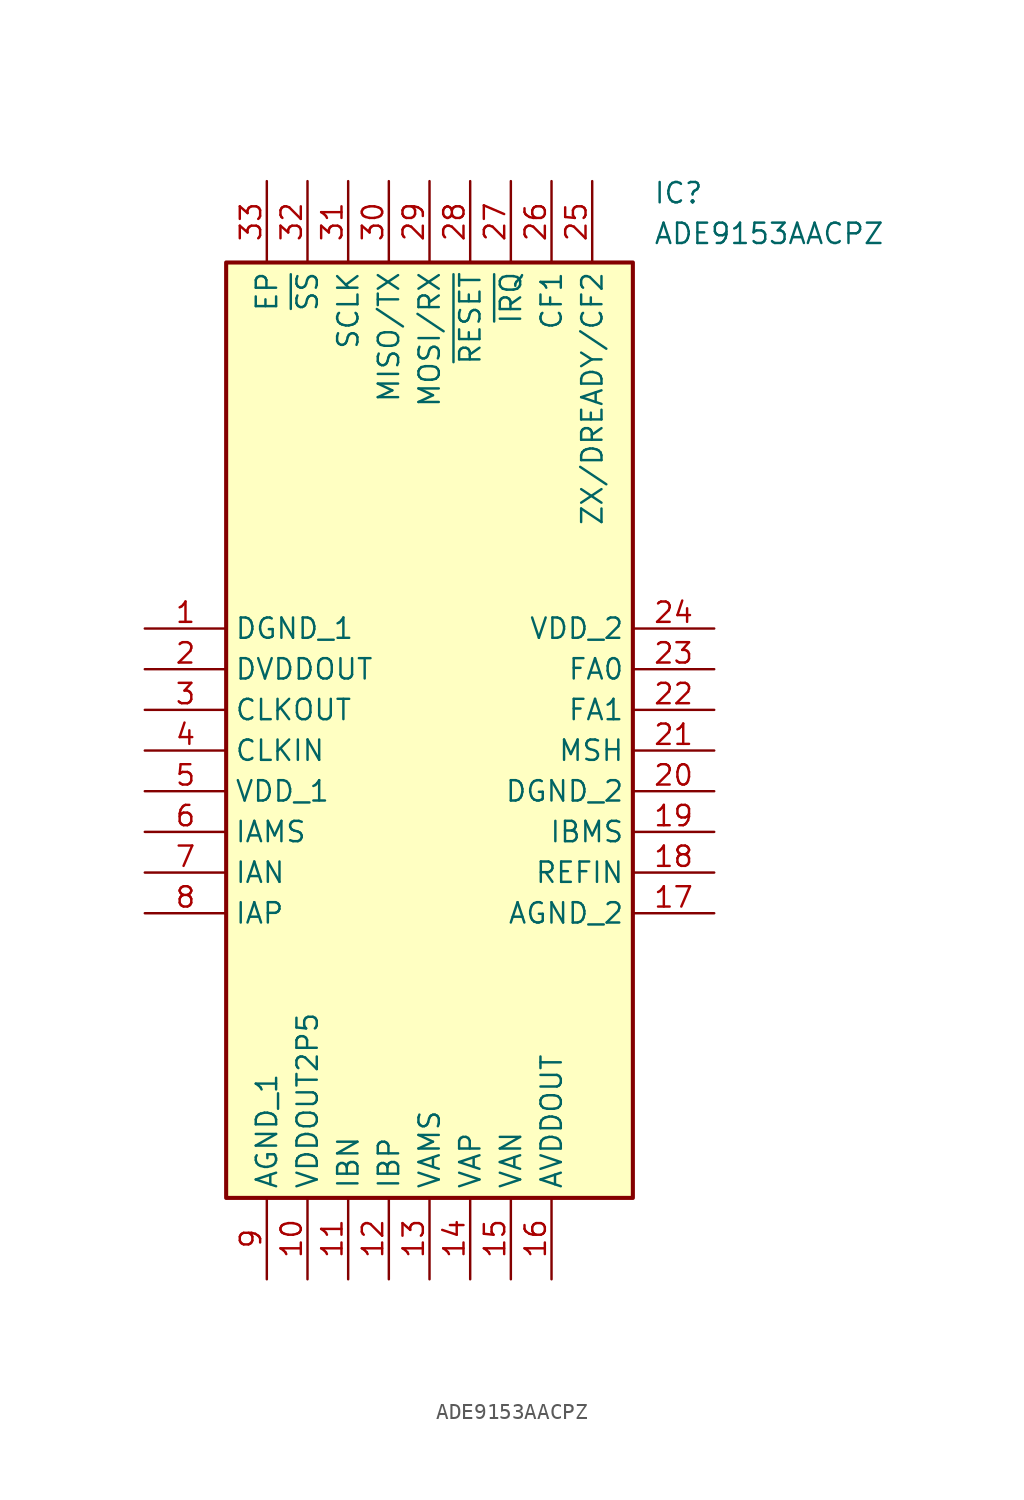
<source format=kicad_sym>
(kicad_symbol_lib
  (version 20211014)
  (generator SamacSys_ECAD_Model)
  (symbol "ADE9153AACPZ"
    (property "Reference" "IC"
      (at 31.75 27.94 0)
      (effects (font (size 1.27 1.27)) (justify left top)))
    (property "Value" "ADE9153AACPZ"
      (at 31.75 25.4 0)
      (effects (font (size 1.27 1.27)) (justify left top)))
    (rectangle
      (start 5.08 22.86)
      (end 30.48 -35.56)
      (stroke (width 0.254) (type default))
      (fill (type background)))
    (pin passive line
      (at 0 0 0)
      (length 5.08)
      (name "DGND_1" (effects (font (size 1.27 1.27))))
      (number "1" (effects (font (size 1.27 1.27)))))
    (pin passive line
      (at 0 -2.54 0)
      (length 5.08)
      (name "DVDDOUT" (effects (font (size 1.27 1.27))))
      (number "2" (effects (font (size 1.27 1.27)))))
    (pin passive line
      (at 0 -5.08 0)
      (length 5.08)
      (name "CLKOUT" (effects (font (size 1.27 1.27))))
      (number "3" (effects (font (size 1.27 1.27)))))
    (pin passive line
      (at 0 -7.62 0)
      (length 5.08)
      (name "CLKIN" (effects (font (size 1.27 1.27))))
      (number "4" (effects (font (size 1.27 1.27)))))
    (pin passive line
      (at 0 -10.16 0)
      (length 5.08)
      (name "VDD_1" (effects (font (size 1.27 1.27))))
      (number "5" (effects (font (size 1.27 1.27)))))
    (pin passive line
      (at 0 -12.7 0)
      (length 5.08)
      (name "IAMS" (effects (font (size 1.27 1.27))))
      (number "6" (effects (font (size 1.27 1.27)))))
    (pin passive line
      (at 0 -15.24 0)
      (length 5.08)
      (name "IAN" (effects (font (size 1.27 1.27))))
      (number "7" (effects (font (size 1.27 1.27)))))
    (pin passive line
      (at 0 -17.78 0)
      (length 5.08)
      (name "IAP" (effects (font (size 1.27 1.27))))
      (number "8" (effects (font (size 1.27 1.27)))))
    (pin passive line
      (at 7.62 -40.64 90)
      (length 5.08)
      (name "AGND_1" (effects (font (size 1.27 1.27))))
      (number "9" (effects (font (size 1.27 1.27)))))
    (pin passive line
      (at 10.16 -40.64 90)
      (length 5.08)
      (name "VDDOUT2P5" (effects (font (size 1.27 1.27))))
      (number "10" (effects (font (size 1.27 1.27)))))
    (pin passive line
      (at 12.7 -40.64 90)
      (length 5.08)
      (name "IBN" (effects (font (size 1.27 1.27))))
      (number "11" (effects (font (size 1.27 1.27)))))
    (pin passive line
      (at 15.24 -40.64 90)
      (length 5.08)
      (name "IBP" (effects (font (size 1.27 1.27))))
      (number "12" (effects (font (size 1.27 1.27)))))
    (pin passive line
      (at 17.78 -40.64 90)
      (length 5.08)
      (name "VAMS" (effects (font (size 1.27 1.27))))
      (number "13" (effects (font (size 1.27 1.27)))))
    (pin passive line
      (at 20.32 -40.64 90)
      (length 5.08)
      (name "VAP" (effects (font (size 1.27 1.27))))
      (number "14" (effects (font (size 1.27 1.27)))))
    (pin passive line
      (at 22.86 -40.64 90)
      (length 5.08)
      (name "VAN" (effects (font (size 1.27 1.27))))
      (number "15" (effects (font (size 1.27 1.27)))))
    (pin passive line
      (at 25.4 -40.64 90)
      (length 5.08)
      (name "AVDDOUT" (effects (font (size 1.27 1.27))))
      (number "16" (effects (font (size 1.27 1.27)))))
    (pin passive line
      (at 35.56 0 180)
      (length 5.08)
      (name "VDD_2" (effects (font (size 1.27 1.27))))
      (number "24" (effects (font (size 1.27 1.27)))))
    (pin passive line
      (at 35.56 -2.54 180)
      (length 5.08)
      (name "FA0" (effects (font (size 1.27 1.27))))
      (number "23" (effects (font (size 1.27 1.27)))))
    (pin passive line
      (at 35.56 -5.08 180)
      (length 5.08)
      (name "FA1" (effects (font (size 1.27 1.27))))
      (number "22" (effects (font (size 1.27 1.27)))))
    (pin passive line
      (at 35.56 -7.62 180)
      (length 5.08)
      (name "MSH" (effects (font (size 1.27 1.27))))
      (number "21" (effects (font (size 1.27 1.27)))))
    (pin passive line
      (at 35.56 -10.16 180)
      (length 5.08)
      (name "DGND_2" (effects (font (size 1.27 1.27))))
      (number "20" (effects (font (size 1.27 1.27)))))
    (pin passive line
      (at 35.56 -12.7 180)
      (length 5.08)
      (name "IBMS" (effects (font (size 1.27 1.27))))
      (number "19" (effects (font (size 1.27 1.27)))))
    (pin passive line
      (at 35.56 -15.24 180)
      (length 5.08)
      (name "REFIN" (effects (font (size 1.27 1.27))))
      (number "18" (effects (font (size 1.27 1.27)))))
    (pin passive line
      (at 35.56 -17.78 180)
      (length 5.08)
      (name "AGND_2" (effects (font (size 1.27 1.27))))
      (number "17" (effects (font (size 1.27 1.27)))))
    (pin passive line
      (at 7.62 27.94 270)
      (length 5.08)
      (name "EP" (effects (font (size 1.27 1.27))))
      (number "33" (effects (font (size 1.27 1.27)))))
    (pin passive line
      (at 10.16 27.94 270)
      (length 5.08)
      (name "~{SS}" (effects (font (size 1.27 1.27))))
      (number "32" (effects (font (size 1.27 1.27)))))
    (pin passive line
      (at 12.7 27.94 270)
      (length 5.08)
      (name "SCLK" (effects (font (size 1.27 1.27))))
      (number "31" (effects (font (size 1.27 1.27)))))
    (pin passive line
      (at 15.24 27.94 270)
      (length 5.08)
      (name "MISO/TX" (effects (font (size 1.27 1.27))))
      (number "30" (effects (font (size 1.27 1.27)))))
    (pin passive line
      (at 17.78 27.94 270)
      (length 5.08)
      (name "MOSI/RX" (effects (font (size 1.27 1.27))))
      (number "29" (effects (font (size 1.27 1.27)))))
    (pin passive line
      (at 20.32 27.94 270)
      (length 5.08)
      (name "~{RESET}" (effects (font (size 1.27 1.27))))
      (number "28" (effects (font (size 1.27 1.27)))))
    (pin passive line
      (at 22.86 27.94 270)
      (length 5.08)
      (name "~{IRQ}" (effects (font (size 1.27 1.27))))
      (number "27" (effects (font (size 1.27 1.27)))))
    (pin passive line
      (at 25.4 27.94 270)
      (length 5.08)
      (name "CF1" (effects (font (size 1.27 1.27))))
      (number "26" (effects (font (size 1.27 1.27)))))
    (pin passive line
      (at 27.94 27.94 270)
      (length 5.08)
      (name "ZX/DREADY/CF2" (effects (font (size 1.27 1.27))))
      (number "25" (effects (font (size 1.27 1.27)))))))
</source>
